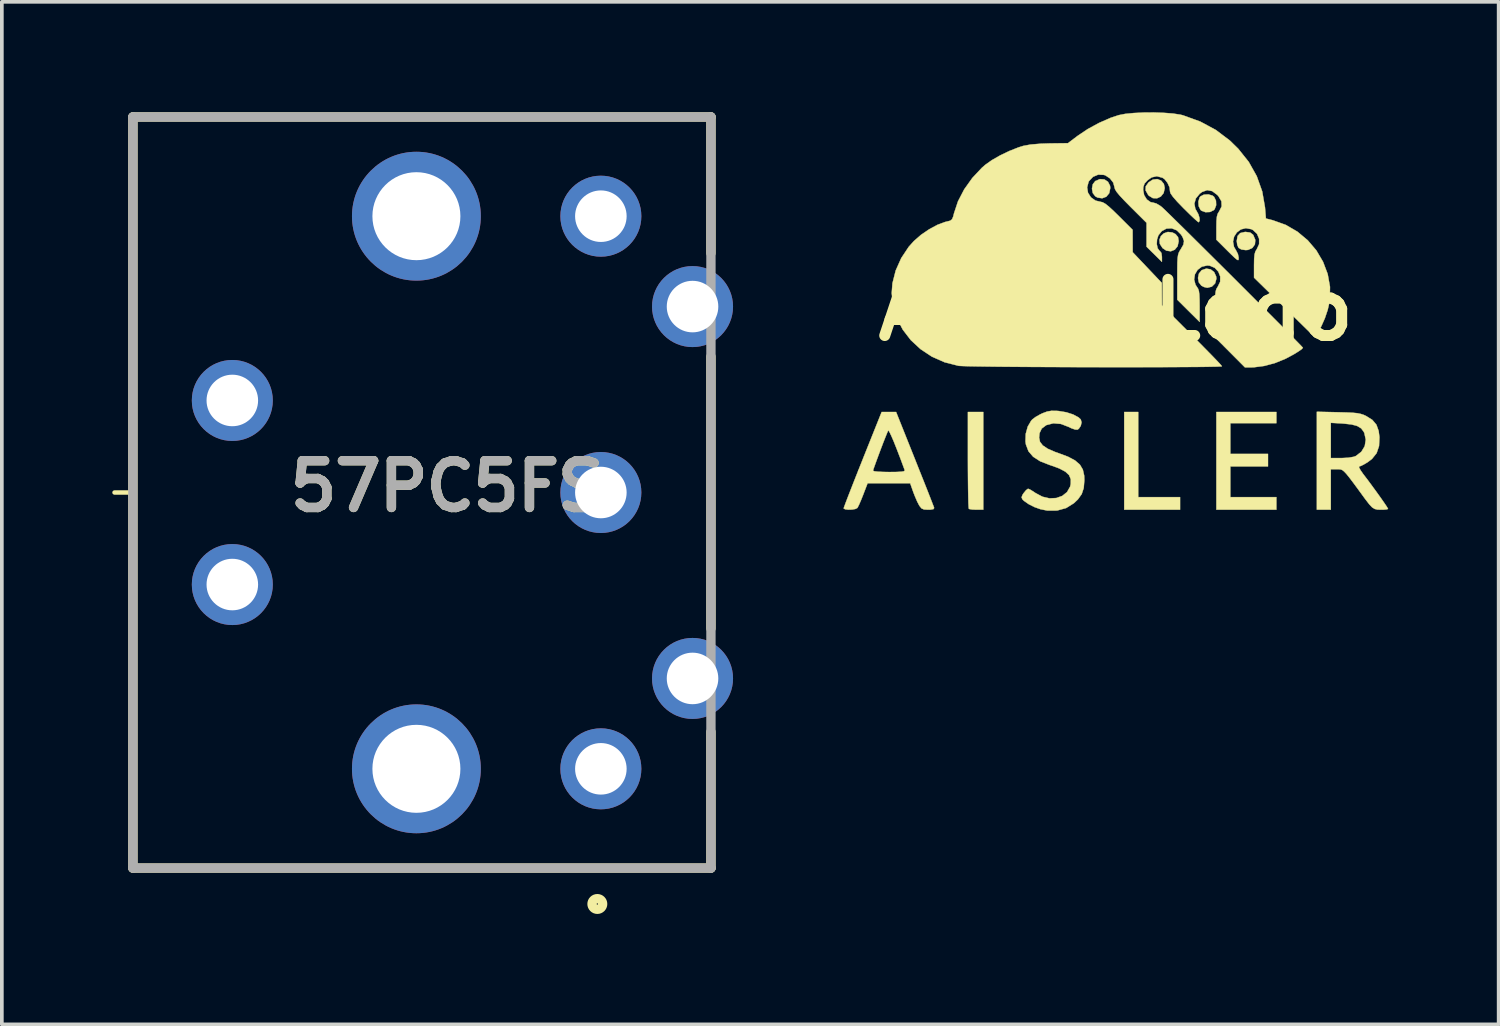
<source format=kicad_pcb>
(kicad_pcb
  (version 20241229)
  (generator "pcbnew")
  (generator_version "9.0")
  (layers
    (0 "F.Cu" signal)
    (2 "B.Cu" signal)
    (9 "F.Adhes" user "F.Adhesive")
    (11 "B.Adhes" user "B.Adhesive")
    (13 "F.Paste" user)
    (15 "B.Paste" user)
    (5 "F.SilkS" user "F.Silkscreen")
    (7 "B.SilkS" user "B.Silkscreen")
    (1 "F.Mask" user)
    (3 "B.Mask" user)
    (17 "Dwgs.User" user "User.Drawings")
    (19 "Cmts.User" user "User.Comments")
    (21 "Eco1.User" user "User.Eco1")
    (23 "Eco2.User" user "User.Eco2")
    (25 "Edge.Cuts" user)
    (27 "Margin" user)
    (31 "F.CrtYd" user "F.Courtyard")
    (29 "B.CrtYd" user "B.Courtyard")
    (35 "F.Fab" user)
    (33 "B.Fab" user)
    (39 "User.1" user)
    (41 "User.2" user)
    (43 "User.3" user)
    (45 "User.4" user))
  (footprint "Aisler_Logo"
    (layer "F.Cu")
    (at 27.258 5.373)
    (property "Reference" "Aisler_Logo" (at 0 0 0) (layer "F.SilkS") (effects (font (size 1.524 1.524) (thickness 0.3))))
    (attr through_hole)
    (fp_poly (pts (xy 0.607 5.08) (xy 1.744 5.08) (xy 1.744 5.421) (xy 0.227 5.421) (xy 0.227 2.767) (xy 0.607 2.767) (xy 0.607 5.08)) (stroke (width 0.01) (type solid)) (fill yes) (layer "F.SilkS"))
    (fp_poly (pts (xy 4.36 3.071) (xy 3.109 3.071) (xy 3.109 3.905) (xy 4.132 3.905) (xy 4.132 4.246) (xy 3.109 4.246) (xy 3.109 5.08) (xy 4.36 5.08) (xy 4.36 5.421) (xy 2.73 5.421) (xy 2.73 2.767) (xy 4.36 2.767) (xy 4.36 3.071)) (stroke (width 0.01) (type solid)) (fill yes) (layer "F.SilkS"))
    (fp_poly (pts (xy -3.601 5.421) (xy -3.785 5.421) (xy -3.897 5.416) (xy -3.975 5.404) (xy -3.993 5.396) (xy -3.999 5.353) (xy -4.005 5.244) (xy -4.009 5.076) (xy -4.013 4.86) (xy -4.016 4.603) (xy -4.018 4.314) (xy -4.019 4.069) (xy -4.019 2.767) (xy -3.601 2.767) (xy -3.601 5.421)) (stroke (width 0.01) (type solid)) (fill yes) (layer "F.SilkS"))
    (fp_poly (pts (xy -0.311 -3.549) (xy -0.214 -3.485) (xy -0.158 -3.376) (xy -0.152 -3.315) (xy -0.181 -3.175) (xy -0.26 -3.08) (xy -0.371 -3.038) (xy -0.498 -3.057) (xy -0.56 -3.092) (xy -0.627 -3.18) (xy -0.649 -3.298) (xy -0.627 -3.417) (xy -0.56 -3.505) (xy -0.433 -3.558) (xy -0.311 -3.549)) (stroke (width 0.01) (type solid)) (fill yes) (layer "F.SilkS"))
    (fp_poly (pts (xy 1.535 -2.109) (xy 1.622 -2.064) (xy 1.689 -1.981) (xy 1.706 -1.874) (xy 1.677 -1.735) (xy 1.6 -1.641) (xy 1.492 -1.598) (xy 1.372 -1.615) (xy 1.268 -1.685) (xy 1.195 -1.799) (xy 1.184 -1.912) (xy 1.224 -2.012) (xy 1.304 -2.086) (xy 1.412 -2.123) (xy 1.535 -2.109)) (stroke (width 0.01) (type solid)) (fill yes) (layer "F.SilkS"))
    (fp_poly (pts (xy 1.23 -3.517) (xy 1.304 -3.427) (xy 1.327 -3.315) (xy 1.298 -3.181) (xy 1.222 -3.086) (xy 1.118 -3.037) (xy 1.004 -3.042) (xy 0.897 -3.107) (xy 0.875 -3.133) (xy 0.807 -3.253) (xy 0.812 -3.362) (xy 0.889 -3.47) (xy 0.889 -3.471) (xy 1.005 -3.545) (xy 1.125 -3.559) (xy 1.23 -3.517)) (stroke (width 0.01) (type solid)) (fill yes) (layer "F.SilkS"))
    (fp_poly (pts (xy 2.574 -1.107) (xy 2.67 -1.032) (xy 2.724 -0.914) (xy 2.73 -0.852) (xy 2.696 -0.726) (xy 2.607 -0.638) (xy 2.483 -0.607) (xy 2.393 -0.628) (xy 2.321 -0.666) (xy 2.252 -0.755) (xy 2.231 -0.873) (xy 2.256 -0.992) (xy 2.328 -1.081) (xy 2.331 -1.084) (xy 2.456 -1.127) (xy 2.574 -1.107)) (stroke (width 0.01) (type solid)) (fill yes) (layer "F.SilkS"))
    (fp_poly (pts (xy 2.625 -3.11) (xy 2.667 -3.077) (xy 2.719 -2.973) (xy 2.724 -2.85) (xy 2.683 -2.742) (xy 2.66 -2.716) (xy 2.556 -2.665) (xy 2.433 -2.66) (xy 2.325 -2.7) (xy 2.299 -2.723) (xy 2.249 -2.824) (xy 2.241 -2.947) (xy 2.273 -3.057) (xy 2.296 -3.087) (xy 2.391 -3.136) (xy 2.513 -3.143) (xy 2.625 -3.11)) (stroke (width 0.01) (type solid)) (fill yes) (layer "F.SilkS"))
    (fp_poly (pts (xy 3.648 -2.107) (xy 3.724 -2.05) (xy 3.732 -2.039) (xy 3.787 -1.908) (xy 3.777 -1.786) (xy 3.709 -1.69) (xy 3.592 -1.636) (xy 3.528 -1.63) (xy 3.409 -1.647) (xy 3.333 -1.691) (xy 3.298 -1.77) (xy 3.283 -1.876) (xy 3.283 -1.877) (xy 3.306 -2.013) (xy 3.378 -2.093) (xy 3.506 -2.123) (xy 3.528 -2.123) (xy 3.648 -2.107)) (stroke (width 0.01) (type solid)) (fill yes) (layer "F.SilkS"))
    (fp_poly (pts (xy -5.458 4.046) (xy -5.341 4.341) (xy -5.232 4.614) (xy -5.135 4.858) (xy -5.054 5.064) (xy -4.992 5.224) (xy -4.951 5.33) (xy -4.935 5.373) (xy -4.954 5.405) (xy -5.038 5.42) (xy -5.097 5.421) (xy -5.21 5.415) (xy -5.278 5.386) (xy -5.333 5.318) (xy -5.344 5.3) (xy -5.397 5.198) (xy -5.457 5.058) (xy -5.503 4.94) (xy -5.587 4.701) (xy -6.743 4.701) (xy -6.863 5.014) (xy -6.921 5.16) (xy -6.974 5.282) (xy -7.013 5.36) (xy -7.022 5.374) (xy -7.076 5.401) (xy -7.167 5.417) (xy -7.269 5.42) (xy -7.352 5.41) (xy -7.392 5.387) (xy -7.393 5.383) (xy -7.379 5.341) (xy -7.34 5.236) (xy -7.279 5.076) (xy -7.199 4.871) (xy -7.104 4.628) (xy -6.999 4.363) (xy -6.596 4.363) (xy -6.561 4.377) (xy -6.465 4.388) (xy -6.322 4.395) (xy -6.156 4.398) (xy -5.96 4.396) (xy -5.829 4.389) (xy -5.757 4.377) (xy -5.733 4.358) (xy -5.734 4.35) (xy -5.846 4.047) (xy -5.946 3.786) (xy -6.031 3.572) (xy -6.101 3.41) (xy -6.151 3.307) (xy -6.18 3.268) (xy -6.184 3.27) (xy -6.21 3.328) (xy -6.254 3.437) (xy -6.312 3.583) (xy -6.376 3.751) (xy -6.441 3.924) (xy -6.501 4.087) (xy -6.551 4.225) (xy -6.585 4.322) (xy -6.596 4.363) (xy -6.999 4.363) (xy -6.996 4.355) (xy -6.878 4.06) (xy -6.877 4.056) (xy -6.361 2.767) (xy -5.969 2.767) (xy -5.458 4.046)) (stroke (width 0.01) (type solid)) (fill yes) (layer "F.SilkS"))
    (fp_poly (pts (xy 6.037 2.774) (xy 6.266 2.78) (xy 6.435 2.788) (xy 6.558 2.8) (xy 6.651 2.819) (xy 6.73 2.845) (xy 6.795 2.875) (xy 6.966 2.982) (xy 7.077 3.113) (xy 7.138 3.284) (xy 7.159 3.452) (xy 7.148 3.692) (xy 7.082 3.885) (xy 6.956 4.042) (xy 6.834 4.134) (xy 6.727 4.197) (xy 6.641 4.237) (xy 6.607 4.246) (xy 6.605 4.273) (xy 6.643 4.345) (xy 6.714 4.448) (xy 6.741 4.483) (xy 6.85 4.626) (xy 6.967 4.785) (xy 7.086 4.948) (xy 7.196 5.102) (xy 7.289 5.235) (xy 7.357 5.336) (xy 7.39 5.392) (xy 7.393 5.399) (xy 7.358 5.412) (xy 7.271 5.42) (xy 7.206 5.421) (xy 7.106 5.418) (xy 7.03 5.4) (xy 6.961 5.357) (xy 6.886 5.278) (xy 6.788 5.152) (xy 6.738 5.084) (xy 6.567 4.849) (xy 6.433 4.668) (xy 6.331 4.534) (xy 6.254 4.44) (xy 6.195 4.379) (xy 6.148 4.343) (xy 6.105 4.327) (xy 6.059 4.322) (xy 6.005 4.322) (xy 5.838 4.322) (xy 5.838 5.421) (xy 5.459 5.421) (xy 5.459 4.019) (xy 5.838 4.019) (xy 6.124 4.019) (xy 6.318 4.009) (xy 6.465 3.983) (xy 6.519 3.962) (xy 6.668 3.847) (xy 6.76 3.694) (xy 6.788 3.519) (xy 6.749 3.339) (xy 6.732 3.304) (xy 6.663 3.212) (xy 6.557 3.148) (xy 6.404 3.106) (xy 6.189 3.082) (xy 6.151 3.079) (xy 5.838 3.061) (xy 5.838 4.019) (xy 5.459 4.019) (xy 5.459 2.761) (xy 6.037 2.774)) (stroke (width 0.01) (type solid)) (fill yes) (layer "F.SilkS"))
    (fp_poly (pts (xy -1.603 2.737) (xy -1.551 2.741) (xy -1.346 2.775) (xy -1.16 2.835) (xy -1.015 2.913) (xy -0.954 2.969) (xy -0.932 3.047) (xy -0.953 3.143) (xy -1.007 3.223) (xy -1.044 3.247) (xy -1.109 3.243) (xy -1.211 3.207) (xy -1.287 3.17) (xy -1.494 3.091) (xy -1.698 3.074) (xy -1.882 3.121) (xy -1.896 3.128) (xy -2.014 3.217) (xy -2.073 3.341) (xy -2.085 3.463) (xy -2.061 3.577) (xy -1.985 3.676) (xy -1.85 3.766) (xy -1.649 3.853) (xy -1.558 3.885) (xy -1.299 3.982) (xy -1.109 4.083) (xy -0.977 4.197) (xy -0.897 4.332) (xy -0.86 4.497) (xy -0.856 4.618) (xy -0.873 4.831) (xy -0.928 4.997) (xy -1.032 5.142) (xy -1.141 5.245) (xy -1.351 5.376) (xy -1.595 5.443) (xy -1.864 5.444) (xy -2.049 5.407) (xy -2.21 5.35) (xy -2.368 5.27) (xy -2.494 5.182) (xy -2.539 5.138) (xy -2.561 5.086) (xy -2.537 5.02) (xy -2.503 4.968) (xy -2.44 4.892) (xy -2.389 4.854) (xy -2.382 4.853) (xy -2.332 4.873) (xy -2.244 4.926) (xy -2.183 4.968) (xy -1.995 5.068) (xy -1.803 5.113) (xy -1.618 5.104) (xy -1.455 5.046) (xy -1.325 4.941) (xy -1.242 4.794) (xy -1.226 4.725) (xy -1.224 4.594) (xy -1.27 4.483) (xy -1.371 4.388) (xy -1.534 4.301) (xy -1.764 4.217) (xy -1.796 4.207) (xy -2.055 4.106) (xy -2.246 3.983) (xy -2.374 3.833) (xy -2.443 3.65) (xy -2.455 3.566) (xy -2.448 3.361) (xy -2.394 3.165) (xy -2.301 3.005) (xy -2.264 2.965) (xy -2.179 2.902) (xy -2.059 2.834) (xy -1.992 2.802) (xy -1.867 2.755) (xy -1.749 2.735) (xy -1.603 2.737)) (stroke (width 0.01) (type solid)) (fill yes) (layer "F.SilkS"))
    (fp_poly (pts (xy 1.306 -5.358) (xy 1.553 -5.339) (xy 1.754 -5.308) (xy 1.82 -5.292) (xy 2.292 -5.121) (xy 2.716 -4.893) (xy 3.096 -4.606) (xy 3.324 -4.383) (xy 3.609 -4.026) (xy 3.827 -3.638) (xy 3.975 -3.223) (xy 4.051 -2.788) (xy 4.052 -2.771) (xy 4.075 -2.488) (xy 4.261 -2.441) (xy 4.613 -2.315) (xy 4.931 -2.131) (xy 5.211 -1.897) (xy 5.445 -1.622) (xy 5.627 -1.313) (xy 5.753 -0.981) (xy 5.816 -0.632) (xy 5.81 -0.276) (xy 5.802 -0.218) (xy 5.753 -0.004) (xy 5.676 0.223) (xy 5.582 0.435) (xy 5.481 0.605) (xy 5.463 0.629) (xy 5.389 0.723) (xy 3.753 -0.882) (xy 3.753 -1.221) (xy 3.756 -1.395) (xy 3.767 -1.512) (xy 3.789 -1.592) (xy 3.826 -1.654) (xy 3.829 -1.658) (xy 3.891 -1.792) (xy 3.891 -1.937) (xy 3.834 -2.072) (xy 3.726 -2.174) (xy 3.68 -2.198) (xy 3.53 -2.226) (xy 3.395 -2.192) (xy 3.286 -2.11) (xy 3.211 -1.995) (xy 3.182 -1.86) (xy 3.208 -1.718) (xy 3.26 -1.63) (xy 3.315 -1.524) (xy 3.335 -1.423) (xy 3.333 -1.376) (xy 3.32 -1.357) (xy 3.287 -1.372) (xy 3.224 -1.425) (xy 3.123 -1.522) (xy 3.033 -1.611) (xy 2.73 -1.913) (xy 2.73 -2.249) (xy 2.733 -2.422) (xy 2.744 -2.538) (xy 2.766 -2.618) (xy 2.804 -2.68) (xy 2.805 -2.681) (xy 2.874 -2.818) (xy 2.867 -2.957) (xy 2.785 -3.096) (xy 2.752 -3.131) (xy 2.615 -3.233) (xy 2.479 -3.259) (xy 2.342 -3.209) (xy 2.279 -3.163) (xy 2.173 -3.035) (xy 2.132 -2.892) (xy 2.159 -2.75) (xy 2.194 -2.69) (xy 2.242 -2.602) (xy 2.27 -2.507) (xy 2.275 -2.427) (xy 2.252 -2.389) (xy 2.245 -2.388) (xy 2.21 -2.414) (xy 2.131 -2.484) (xy 2.02 -2.589) (xy 1.888 -2.719) (xy 1.838 -2.768) (xy 1.666 -2.946) (xy 1.55 -3.079) (xy 1.486 -3.171) (xy 1.471 -3.222) (xy 1.459 -3.333) (xy 1.403 -3.455) (xy 1.323 -3.557) (xy 1.266 -3.596) (xy 1.113 -3.637) (xy 0.973 -3.606) (xy 0.864 -3.53) (xy 0.78 -3.439) (xy 0.746 -3.345) (xy 0.741 -3.266) (xy 0.768 -3.123) (xy 0.841 -3.005) (xy 0.943 -2.933) (xy 1.016 -2.919) (xy 1.1 -2.895) (xy 1.203 -2.834) (xy 1.246 -2.801) (xy 1.298 -2.753) (xy 1.396 -2.659) (xy 1.535 -2.523) (xy 1.709 -2.352) (xy 1.914 -2.15) (xy 2.144 -1.922) (xy 2.393 -1.675) (xy 2.658 -1.412) (xy 2.932 -1.14) (xy 3.21 -0.863) (xy 3.487 -0.586) (xy 3.758 -0.315) (xy 4.017 -0.055) (xy 4.26 0.188) (xy 4.482 0.411) (xy 4.676 0.607) (xy 4.838 0.771) (xy 4.963 0.898) (xy 5.045 0.983) (xy 5.079 1.021) (xy 5.08 1.022) (xy 5.048 1.06) (xy 4.961 1.121) (xy 4.835 1.199) (xy 4.682 1.282) (xy 4.599 1.325) (xy 4.323 1.437) (xy 4.031 1.516) (xy 3.755 1.552) (xy 3.696 1.554) (xy 3.505 1.554) (xy 3.099 1.146) (xy 2.692 0.738) (xy 2.692 0.1) (xy 2.692 -0.137) (xy 2.695 -0.311) (xy 2.702 -0.433) (xy 2.713 -0.517) (xy 2.731 -0.575) (xy 2.756 -0.619) (xy 2.767 -0.634) (xy 2.833 -0.77) (xy 2.835 -0.913) (xy 2.783 -1.045) (xy 2.685 -1.149) (xy 2.55 -1.207) (xy 2.483 -1.213) (xy 2.335 -1.18) (xy 2.22 -1.094) (xy 2.147 -0.972) (xy 2.125 -0.831) (xy 2.163 -0.69) (xy 2.199 -0.634) (xy 2.233 -0.582) (xy 2.255 -0.517) (xy 2.267 -0.422) (xy 2.273 -0.283) (xy 2.275 -0.109) (xy 2.275 0.32) (xy 1.971 0.019) (xy 1.668 -0.283) (xy 1.668 -0.898) (xy 1.669 -1.128) (xy 1.671 -1.296) (xy 1.678 -1.415) (xy 1.69 -1.498) (xy 1.709 -1.56) (xy 1.737 -1.613) (xy 1.763 -1.653) (xy 1.834 -1.777) (xy 1.851 -1.877) (xy 1.814 -1.981) (xy 1.772 -2.05) (xy 1.655 -2.167) (xy 1.517 -2.222) (xy 1.375 -2.215) (xy 1.246 -2.145) (xy 1.155 -2.032) (xy 1.118 -1.917) (xy 1.111 -1.792) (xy 1.134 -1.682) (xy 1.183 -1.612) (xy 1.196 -1.605) (xy 1.237 -1.552) (xy 1.251 -1.447) (xy 1.251 -1.311) (xy 1.043 -1.516) (xy 0.834 -1.722) (xy 0.834 -2.371) (xy 0.398 -2.805) (xy 0.226 -2.98) (xy 0.103 -3.112) (xy 0.022 -3.21) (xy -0.022 -3.282) (xy -0.038 -3.336) (xy -0.038 -3.343) (xy -0.072 -3.464) (xy -0.16 -3.577) (xy -0.282 -3.658) (xy -0.325 -3.673) (xy -0.479 -3.68) (xy -0.62 -3.621) (xy -0.728 -3.507) (xy -0.741 -3.484) (xy -0.781 -3.334) (xy -0.757 -3.188) (xy -0.678 -3.063) (xy -0.554 -2.975) (xy -0.417 -2.942) (xy -0.358 -2.928) (xy -0.285 -2.887) (xy -0.189 -2.811) (xy -0.06 -2.692) (xy 0.076 -2.559) (xy 0.455 -2.181) (xy 0.457 -1.573) (xy 1.248 -0.739) (xy 1.249 -0.436) (xy 1.251 -0.132) (xy 2.066 0.682) (xy 2.269 0.886) (xy 2.454 1.074) (xy 2.614 1.237) (xy 2.742 1.37) (xy 2.832 1.466) (xy 2.877 1.519) (xy 2.881 1.526) (xy 2.844 1.53) (xy 2.738 1.535) (xy 2.569 1.538) (xy 2.343 1.542) (xy 2.066 1.544) (xy 1.746 1.546) (xy 1.388 1.548) (xy 0.999 1.549) (xy 0.584 1.55) (xy 0.152 1.55) (xy -0.293 1.55) (xy -0.743 1.549) (xy -1.193 1.548) (xy -1.636 1.546) (xy -2.066 1.544) (xy -2.475 1.542) (xy -2.859 1.539) (xy -3.21 1.536) (xy -3.523 1.532) (xy -3.79 1.528) (xy -4.006 1.524) (xy -4.164 1.519) (xy -4.257 1.514) (xy -4.275 1.512) (xy -4.652 1.416) (xy -4.998 1.263) (xy -5.306 1.059) (xy -5.571 0.813) (xy -5.788 0.53) (xy -5.95 0.219) (xy -6.052 -0.114) (xy -6.088 -0.462) (xy -6.068 -0.728) (xy -5.98 -1.075) (xy -5.829 -1.413) (xy -5.626 -1.719) (xy -5.486 -1.875) (xy -5.294 -2.043) (xy -5.074 -2.193) (xy -4.849 -2.315) (xy -4.641 -2.393) (xy -4.578 -2.408) (xy -4.497 -2.429) (xy -4.449 -2.467) (xy -4.417 -2.544) (xy -4.396 -2.629) (xy -4.288 -2.954) (xy -4.119 -3.28) (xy -3.898 -3.59) (xy -3.639 -3.866) (xy -3.545 -3.948) (xy -3.367 -4.074) (xy -3.141 -4.203) (xy -2.893 -4.322) (xy -2.647 -4.419) (xy -2.521 -4.459) (xy -2.318 -4.497) (xy -2.043 -4.52) (xy -1.798 -4.528) (xy -1.302 -4.534) (xy -1.04 -4.732) (xy -0.766 -4.916) (xy -0.458 -5.084) (xy -0.146 -5.221) (xy 0.076 -5.295) (xy 0.254 -5.33) (xy 0.486 -5.353) (xy 0.752 -5.366) (xy 1.032 -5.368) (xy 1.306 -5.358)) (stroke (width 0.01) (type solid)) (fill yes) (layer "F.SilkS")))
  (footprint "57PC5FS"
    (layer "F.Cu")
    (at 0.56 10.327)
    (property "Reference" "57PC5FS" (at 8.533 -0.168 0) (layer "F.SilkS") (effects (font (size 1.27 1.27) (thickness 0.254))))
    (attr through_hole)
    (fp_line (start 0 -10.2) (end 15.7 -10.2) (stroke (width 0.254) (type solid)) (layer "F.SilkS"))
    (fp_line (start 0 0) (end -0.5 0) (stroke (width 0.12) (type solid)) (layer "F.SilkS"))
    (fp_line (start 0 10.2) (end 0 -10.2) (stroke (width 0.254) (type solid)) (layer "F.SilkS"))
    (fp_line (start 15.7 -10.2) (end 15.7 -6.5) (stroke (width 0.254) (type solid)) (layer "F.SilkS"))
    (fp_line (start 15.7 -3.693) (end 15.7 3.693) (stroke (width 0.254) (type solid)) (layer "F.SilkS"))
    (fp_line (start 15.7 10.2) (end 0 10.2) (stroke (width 0.254) (type solid)) (layer "F.SilkS"))
    (fp_line (start 15.7 10.2) (end 15.7 6.5) (stroke (width 0.254) (type solid)) (layer "F.SilkS"))
    (fp_circle (center 12.614 11.176) (end 12.614 11.32) (stroke (width 0.254) (type solid)) (fill no) (layer "F.SilkS"))
    (fp_line (start 0 -10.2) (end 15.7 -10.2) (stroke (width 0.254) (type solid)) (layer "F.Fab"))
    (fp_line (start 0 10.2) (end 0 -10.2) (stroke (width 0.254) (type solid)) (layer "F.Fab"))
    (fp_line (start 15.7 -10.2) (end 15.7 10.2) (stroke (width 0.254) (type solid)) (layer "F.Fab"))
    (fp_line (start 15.7 10.2) (end 0 10.2) (stroke (width 0.254) (type solid)) (layer "F.Fab"))
    (fp_text user "${REFERENCE}" (at 8.533 -0.168 0) (layer "F.Fab") (effects (font (size 1.27 1.27) (thickness 0.254))))
    (pad "1" thru_hole circle (at 12.71 7.505) (size 2.2 2.2) (drill 1.4) (layers "*.Cu" "*.Mask"))
    (pad "2" thru_hole circle (at 12.71 0) (size 2.2 2.2) (drill 1.4) (layers "*.Cu" "*.Mask"))
    (pad "3" thru_hole circle (at 12.71 -7.505) (size 2.2 2.2) (drill 1.4) (layers "*.Cu" "*.Mask"))
    (pad "4" thru_hole circle (at 15.2 5.05) (size 2.2 2.2) (drill 1.4) (layers "*.Cu" "*.Mask"))
    (pad "5" thru_hole circle (at 15.2 -5.05) (size 2.2 2.2) (drill 1.4) (layers "*.Cu" "*.Mask"))
    (pad "6" thru_hole circle (at 2.7 2.5) (size 2.2 2.2) (drill 1.4) (layers "*.Cu" "*.Mask"))
    (pad "7" thru_hole circle (at 2.7 -2.5) (size 2.2 2.2) (drill 1.4) (layers "*.Cu" "*.Mask"))
    (pad "8" thru_hole circle (at 7.7 7.505) (size 3.5 3.5) (drill 2.39) (layers "*.Cu" "*.Mask"))
    (pad "9" thru_hole circle (at 7.7 -7.505) (size 3.5 3.5) (drill 2.39) (layers "*.Cu" "*.Mask")))
  (gr_rect
    (start -3 -3)
    (end 37.655 24.774)
    (stroke (width 0.1) (type default))
    (fill no)
    (layer "Edge.Cuts")))
</source>
